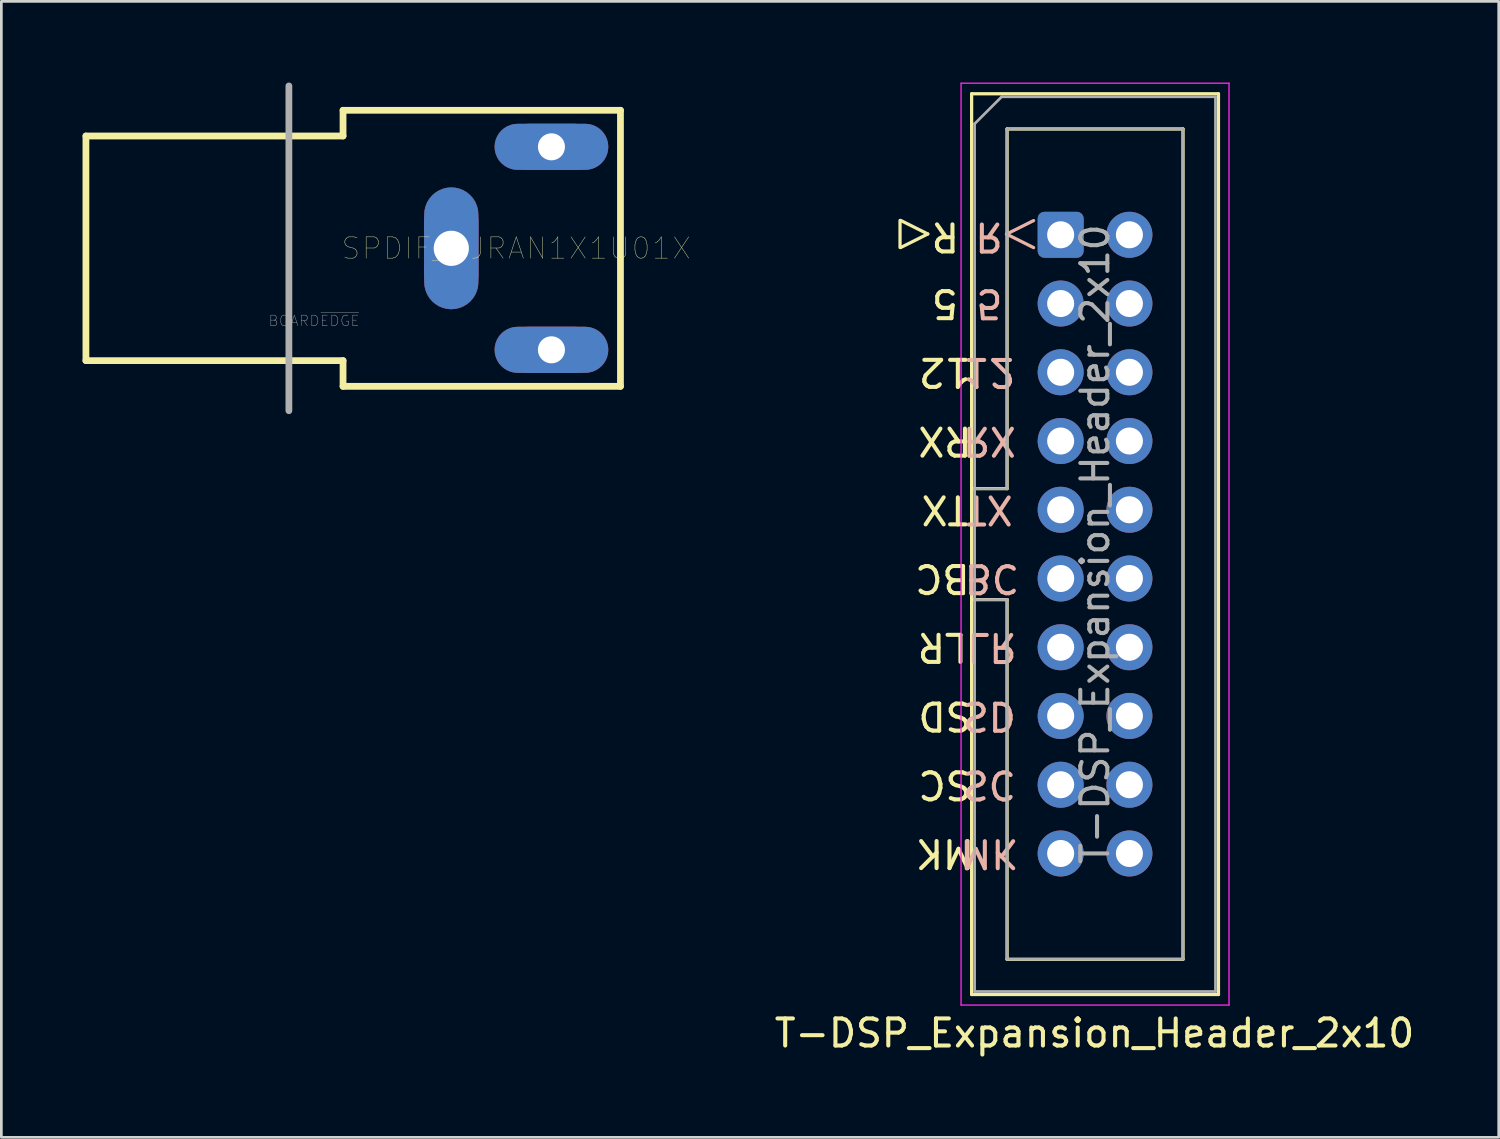
<source format=kicad_pcb>
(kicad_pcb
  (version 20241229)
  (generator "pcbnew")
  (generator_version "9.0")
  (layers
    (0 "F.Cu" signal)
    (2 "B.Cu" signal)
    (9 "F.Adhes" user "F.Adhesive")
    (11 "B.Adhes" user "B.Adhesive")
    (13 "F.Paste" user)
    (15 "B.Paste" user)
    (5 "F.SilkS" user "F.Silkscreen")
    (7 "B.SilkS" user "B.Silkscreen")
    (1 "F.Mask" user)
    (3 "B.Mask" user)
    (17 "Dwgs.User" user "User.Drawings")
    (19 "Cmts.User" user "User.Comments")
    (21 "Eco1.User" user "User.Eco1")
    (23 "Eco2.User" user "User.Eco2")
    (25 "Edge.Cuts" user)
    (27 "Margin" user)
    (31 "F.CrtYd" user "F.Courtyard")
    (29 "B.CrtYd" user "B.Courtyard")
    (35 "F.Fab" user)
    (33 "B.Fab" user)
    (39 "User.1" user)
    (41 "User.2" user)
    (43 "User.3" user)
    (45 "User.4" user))
  (footprint "SPDIF_PJRAN1X1U01X"
    (layer "F.Cu")
    (at 16.025 6.125)
    (property "Reference" "SPDIF_PJRAN1X1U01X" (at 0 0 0) (layer "F.SilkS") (effects (font (size 0.787 0.787) (thickness 0.015))))
    (attr through_hole)
    (fp_poly (pts (xy -1.401 -1.25) (xy -1.413 -1.406) (xy -1.45 -1.559) (xy -1.51 -1.704) (xy -1.592 -1.837) (xy -1.694 -1.956) (xy -1.813 -2.058) (xy -1.946 -2.14) (xy -2.091 -2.2) (xy -2.244 -2.237) (xy -2.4 -2.249) (xy -2.556 -2.237) (xy -2.709 -2.2) (xy -2.854 -2.14) (xy -2.987 -2.058) (xy -3.106 -1.956) (xy -3.208 -1.837) (xy -3.29 -1.704) (xy -3.35 -1.559) (xy -3.387 -1.406) (xy -3.399 -1.25) (xy -3.399 1.25) (xy -3.387 1.406) (xy -3.35 1.559) (xy -3.29 1.704) (xy -3.208 1.837) (xy -3.106 1.956) (xy -2.987 2.058) (xy -2.854 2.14) (xy -2.709 2.2) (xy -2.556 2.237) (xy -2.4 2.249) (xy -2.244 2.237) (xy -2.091 2.2) (xy -1.946 2.14) (xy -1.813 2.058) (xy -1.694 1.956) (xy -1.592 1.837) (xy -1.51 1.704) (xy -1.45 1.559) (xy -1.413 1.406) (xy -1.401 1.25)) (stroke (width 0.002) (type solid)) (fill yes) (layer "F.Cu"))
    (fp_poly (pts (xy 0.05 -4.599) (xy -0.083 -4.589) (xy -0.212 -4.557) (xy -0.335 -4.506) (xy -0.449 -4.437) (xy -0.55 -4.35) (xy -0.637 -4.249) (xy -0.706 -4.135) (xy -0.757 -4.012) (xy -0.789 -3.883) (xy -0.799 -3.75) (xy -0.789 -3.617) (xy -0.757 -3.488) (xy -0.706 -3.365) (xy -0.637 -3.251) (xy -0.55 -3.15) (xy -0.449 -3.063) (xy -0.335 -2.994) (xy -0.212 -2.943) (xy -0.083 -2.911) (xy 0.05 -2.901) (xy 2.55 -2.901) (xy 2.683 -2.911) (xy 2.812 -2.943) (xy 2.935 -2.994) (xy 3.049 -3.063) (xy 3.15 -3.15) (xy 3.237 -3.251) (xy 3.306 -3.365) (xy 3.357 -3.488) (xy 3.389 -3.617) (xy 3.399 -3.75) (xy 3.389 -3.883) (xy 3.357 -4.012) (xy 3.306 -4.135) (xy 3.237 -4.249) (xy 3.15 -4.35) (xy 3.049 -4.437) (xy 2.935 -4.506) (xy 2.812 -4.557) (xy 2.683 -4.589) (xy 2.55 -4.599)) (stroke (width 0.002) (type solid)) (fill yes) (layer "F.Cu"))
    (fp_poly (pts (xy 0.05 2.901) (xy -0.083 2.911) (xy -0.212 2.943) (xy -0.335 2.994) (xy -0.449 3.063) (xy -0.55 3.15) (xy -0.637 3.251) (xy -0.706 3.365) (xy -0.757 3.488) (xy -0.789 3.617) (xy -0.799 3.75) (xy -0.789 3.883) (xy -0.757 4.012) (xy -0.706 4.135) (xy -0.637 4.249) (xy -0.55 4.35) (xy -0.449 4.437) (xy -0.335 4.506) (xy -0.212 4.557) (xy -0.083 4.589) (xy 0.05 4.599) (xy 2.55 4.599) (xy 2.683 4.589) (xy 2.812 4.557) (xy 2.935 4.506) (xy 3.049 4.437) (xy 3.15 4.35) (xy 3.237 4.249) (xy 3.306 4.135) (xy 3.357 4.012) (xy 3.389 3.883) (xy 3.399 3.75) (xy 3.389 3.617) (xy 3.357 3.488) (xy 3.306 3.365) (xy 3.237 3.251) (xy 3.15 3.15) (xy 3.049 3.063) (xy 2.935 2.994) (xy 2.812 2.943) (xy 2.683 2.911) (xy 2.55 2.901)) (stroke (width 0.002) (type solid)) (fill yes) (layer "F.Cu"))
    (fp_poly (pts (xy -3.502 1.25) (xy -3.488 1.422) (xy -3.448 1.59) (xy -3.382 1.75) (xy -3.291 1.898) (xy -3.179 2.029) (xy -3.048 2.141) (xy -2.9 2.232) (xy -2.74 2.298) (xy -2.572 2.338) (xy -2.4 2.352) (xy -2.228 2.338) (xy -2.06 2.298) (xy -1.9 2.232) (xy -1.752 2.141) (xy -1.621 2.029) (xy -1.509 1.898) (xy -1.418 1.75) (xy -1.352 1.59) (xy -1.312 1.422) (xy -1.298 1.25) (xy -1.298 -1.25) (xy -1.312 -1.422) (xy -1.352 -1.59) (xy -1.418 -1.75) (xy -1.509 -1.898) (xy -1.621 -2.029) (xy -1.752 -2.141) (xy -1.9 -2.232) (xy -2.06 -2.298) (xy -2.228 -2.338) (xy -2.4 -2.352) (xy -2.572 -2.338) (xy -2.74 -2.298) (xy -2.9 -2.232) (xy -3.048 -2.141) (xy -3.179 -2.029) (xy -3.291 -1.898) (xy -3.382 -1.75) (xy -3.448 -1.59) (xy -3.488 -1.422) (xy -3.502 -1.25)) (stroke (width 0.002) (type solid)) (fill yes) (layer "F.Mask"))
    (fp_poly (pts (xy 0.05 -4.702) (xy -0.099 -4.69) (xy -0.244 -4.655) (xy -0.382 -4.598) (xy -0.509 -4.52) (xy -0.623 -4.423) (xy -0.72 -4.309) (xy -0.798 -4.182) (xy -0.855 -4.044) (xy -0.89 -3.899) (xy -0.902 -3.75) (xy -0.89 -3.601) (xy -0.855 -3.456) (xy -0.798 -3.318) (xy -0.72 -3.191) (xy -0.623 -3.077) (xy -0.509 -2.98) (xy -0.382 -2.902) (xy -0.244 -2.845) (xy -0.099 -2.81) (xy 0.05 -2.798) (xy 2.55 -2.798) (xy 2.699 -2.81) (xy 2.844 -2.845) (xy 2.982 -2.902) (xy 3.109 -2.98) (xy 3.223 -3.077) (xy 3.32 -3.191) (xy 3.398 -3.318) (xy 3.455 -3.456) (xy 3.49 -3.601) (xy 3.502 -3.75) (xy 3.49 -3.899) (xy 3.455 -4.044) (xy 3.398 -4.182) (xy 3.32 -4.309) (xy 3.223 -4.423) (xy 3.109 -4.52) (xy 2.982 -4.598) (xy 2.844 -4.655) (xy 2.699 -4.69) (xy 2.55 -4.702)) (stroke (width 0.002) (type solid)) (fill yes) (layer "F.Mask"))
    (fp_poly (pts (xy 0.05 2.798) (xy -0.099 2.81) (xy -0.244 2.845) (xy -0.382 2.902) (xy -0.509 2.98) (xy -0.623 3.077) (xy -0.72 3.191) (xy -0.798 3.318) (xy -0.855 3.456) (xy -0.89 3.601) (xy -0.902 3.75) (xy -0.89 3.899) (xy -0.855 4.044) (xy -0.798 4.182) (xy -0.72 4.309) (xy -0.623 4.423) (xy -0.509 4.52) (xy -0.382 4.598) (xy -0.244 4.655) (xy -0.099 4.69) (xy 0.05 4.702) (xy 2.55 4.702) (xy 2.699 4.69) (xy 2.844 4.655) (xy 2.982 4.598) (xy 3.109 4.52) (xy 3.223 4.423) (xy 3.32 4.309) (xy 3.398 4.182) (xy 3.455 4.044) (xy 3.49 3.899) (xy 3.502 3.75) (xy 3.49 3.601) (xy 3.455 3.456) (xy 3.398 3.318) (xy 3.32 3.191) (xy 3.223 3.077) (xy 3.109 2.98) (xy 2.982 2.902) (xy 2.844 2.845) (xy 2.699 2.81) (xy 2.55 2.798)) (stroke (width 0.002) (type solid)) (fill yes) (layer "F.Mask"))
    (fp_poly (pts (xy -1.401 -1.25) (xy -1.413 -1.406) (xy -1.45 -1.559) (xy -1.51 -1.704) (xy -1.592 -1.837) (xy -1.694 -1.956) (xy -1.813 -2.058) (xy -1.946 -2.14) (xy -2.091 -2.2) (xy -2.244 -2.237) (xy -2.4 -2.249) (xy -2.556 -2.237) (xy -2.709 -2.2) (xy -2.854 -2.14) (xy -2.987 -2.058) (xy -3.106 -1.956) (xy -3.208 -1.837) (xy -3.29 -1.704) (xy -3.35 -1.559) (xy -3.387 -1.406) (xy -3.399 -1.25) (xy -3.399 1.25) (xy -3.387 1.406) (xy -3.35 1.559) (xy -3.29 1.704) (xy -3.208 1.837) (xy -3.106 1.956) (xy -2.987 2.058) (xy -2.854 2.14) (xy -2.709 2.2) (xy -2.556 2.237) (xy -2.4 2.249) (xy -2.244 2.237) (xy -2.091 2.2) (xy -1.946 2.14) (xy -1.813 2.058) (xy -1.694 1.956) (xy -1.592 1.837) (xy -1.51 1.704) (xy -1.45 1.559) (xy -1.413 1.406) (xy -1.401 1.25)) (stroke (width 0.002) (type solid)) (fill yes) (layer "B.Cu"))
    (fp_poly (pts (xy 0.05 -4.599) (xy -0.083 -4.589) (xy -0.212 -4.557) (xy -0.335 -4.506) (xy -0.449 -4.437) (xy -0.55 -4.35) (xy -0.637 -4.249) (xy -0.706 -4.135) (xy -0.757 -4.012) (xy -0.789 -3.883) (xy -0.799 -3.75) (xy -0.789 -3.617) (xy -0.757 -3.488) (xy -0.706 -3.365) (xy -0.637 -3.251) (xy -0.55 -3.15) (xy -0.449 -3.063) (xy -0.335 -2.994) (xy -0.212 -2.943) (xy -0.083 -2.911) (xy 0.05 -2.901) (xy 2.55 -2.901) (xy 2.683 -2.911) (xy 2.812 -2.943) (xy 2.935 -2.994) (xy 3.049 -3.063) (xy 3.15 -3.15) (xy 3.237 -3.251) (xy 3.306 -3.365) (xy 3.357 -3.488) (xy 3.389 -3.617) (xy 3.399 -3.75) (xy 3.389 -3.883) (xy 3.357 -4.012) (xy 3.306 -4.135) (xy 3.237 -4.249) (xy 3.15 -4.35) (xy 3.049 -4.437) (xy 2.935 -4.506) (xy 2.812 -4.557) (xy 2.683 -4.589) (xy 2.55 -4.599)) (stroke (width 0.002) (type solid)) (fill yes) (layer "B.Cu"))
    (fp_poly (pts (xy 0.05 2.901) (xy -0.083 2.911) (xy -0.212 2.943) (xy -0.335 2.994) (xy -0.449 3.063) (xy -0.55 3.15) (xy -0.637 3.251) (xy -0.706 3.365) (xy -0.757 3.488) (xy -0.789 3.617) (xy -0.799 3.75) (xy -0.789 3.883) (xy -0.757 4.012) (xy -0.706 4.135) (xy -0.637 4.249) (xy -0.55 4.35) (xy -0.449 4.437) (xy -0.335 4.506) (xy -0.212 4.557) (xy -0.083 4.589) (xy 0.05 4.599) (xy 2.55 4.599) (xy 2.683 4.589) (xy 2.812 4.557) (xy 2.935 4.506) (xy 3.049 4.437) (xy 3.15 4.35) (xy 3.237 4.249) (xy 3.306 4.135) (xy 3.357 4.012) (xy 3.389 3.883) (xy 3.399 3.75) (xy 3.389 3.617) (xy 3.357 3.488) (xy 3.306 3.365) (xy 3.237 3.251) (xy 3.15 3.15) (xy 3.049 3.063) (xy 2.935 2.994) (xy 2.812 2.943) (xy 2.683 2.911) (xy 2.55 2.901)) (stroke (width 0.002) (type solid)) (fill yes) (layer "B.Cu"))
    (fp_poly (pts (xy -3.502 1.25) (xy -3.488 1.422) (xy -3.448 1.59) (xy -3.382 1.75) (xy -3.291 1.898) (xy -3.179 2.029) (xy -3.048 2.141) (xy -2.9 2.232) (xy -2.74 2.298) (xy -2.572 2.338) (xy -2.4 2.352) (xy -2.228 2.338) (xy -2.06 2.298) (xy -1.9 2.232) (xy -1.752 2.141) (xy -1.621 2.029) (xy -1.509 1.898) (xy -1.418 1.75) (xy -1.352 1.59) (xy -1.312 1.422) (xy -1.298 1.25) (xy -1.298 -1.25) (xy -1.312 -1.422) (xy -1.352 -1.59) (xy -1.418 -1.75) (xy -1.509 -1.898) (xy -1.621 -2.029) (xy -1.752 -2.141) (xy -1.9 -2.232) (xy -2.06 -2.298) (xy -2.228 -2.338) (xy -2.4 -2.352) (xy -2.572 -2.338) (xy -2.74 -2.298) (xy -2.9 -2.232) (xy -3.048 -2.141) (xy -3.179 -2.029) (xy -3.291 -1.898) (xy -3.382 -1.75) (xy -3.448 -1.59) (xy -3.488 -1.422) (xy -3.502 -1.25)) (stroke (width 0.002) (type solid)) (fill yes) (layer "B.Mask"))
    (fp_poly (pts (xy 0.05 -4.702) (xy -0.099 -4.69) (xy -0.244 -4.655) (xy -0.382 -4.598) (xy -0.509 -4.52) (xy -0.623 -4.423) (xy -0.72 -4.309) (xy -0.798 -4.182) (xy -0.855 -4.044) (xy -0.89 -3.899) (xy -0.902 -3.75) (xy -0.89 -3.601) (xy -0.855 -3.456) (xy -0.798 -3.318) (xy -0.72 -3.191) (xy -0.623 -3.077) (xy -0.509 -2.98) (xy -0.382 -2.902) (xy -0.244 -2.845) (xy -0.099 -2.81) (xy 0.05 -2.798) (xy 2.55 -2.798) (xy 2.699 -2.81) (xy 2.844 -2.845) (xy 2.982 -2.902) (xy 3.109 -2.98) (xy 3.223 -3.077) (xy 3.32 -3.191) (xy 3.398 -3.318) (xy 3.455 -3.456) (xy 3.49 -3.601) (xy 3.502 -3.75) (xy 3.49 -3.899) (xy 3.455 -4.044) (xy 3.398 -4.182) (xy 3.32 -4.309) (xy 3.223 -4.423) (xy 3.109 -4.52) (xy 2.982 -4.598) (xy 2.844 -4.655) (xy 2.699 -4.69) (xy 2.55 -4.702)) (stroke (width 0.002) (type solid)) (fill yes) (layer "B.Mask"))
    (fp_poly (pts (xy 0.05 2.798) (xy -0.099 2.81) (xy -0.244 2.845) (xy -0.382 2.902) (xy -0.509 2.98) (xy -0.623 3.077) (xy -0.72 3.191) (xy -0.798 3.318) (xy -0.855 3.456) (xy -0.89 3.601) (xy -0.902 3.75) (xy -0.89 3.899) (xy -0.855 4.044) (xy -0.798 4.182) (xy -0.72 4.309) (xy -0.623 4.423) (xy -0.509 4.52) (xy -0.382 4.598) (xy -0.244 4.655) (xy -0.099 4.69) (xy 0.05 4.702) (xy 2.55 4.702) (xy 2.699 4.69) (xy 2.844 4.655) (xy 2.982 4.598) (xy 3.109 4.52) (xy 3.223 4.423) (xy 3.32 4.309) (xy 3.398 4.182) (xy 3.455 4.044) (xy 3.49 3.899) (xy 3.502 3.75) (xy 3.49 3.601) (xy 3.455 3.456) (xy 3.398 3.318) (xy 3.32 3.191) (xy 3.223 3.077) (xy 3.109 2.98) (xy 2.982 2.902) (xy 2.844 2.845) (xy 2.699 2.81) (xy 2.55 2.798)) (stroke (width 0.002) (type solid)) (fill yes) (layer "B.Mask"))
    (fp_line (start -15.9 -4.15) (end -6.4 -4.15) (stroke (width 0.25) (type solid)) (layer "F.SilkS"))
    (fp_line (start -15.9 4.15) (end -15.9 -4.15) (stroke (width 0.25) (type solid)) (layer "F.SilkS"))
    (fp_line (start -6.4 -5.1) (end 3.85 -5.1) (stroke (width 0.25) (type solid)) (layer "F.SilkS"))
    (fp_line (start -6.4 -4.15) (end -6.4 -5.1) (stroke (width 0.25) (type solid)) (layer "F.SilkS"))
    (fp_line (start -6.4 4.15) (end -15.9 4.15) (stroke (width 0.25) (type solid)) (layer "F.SilkS"))
    (fp_line (start -6.4 5.1) (end -6.4 4.15) (stroke (width 0.25) (type solid)) (layer "F.SilkS"))
    (fp_line (start 3.85 -5.1) (end 3.85 5.1) (stroke (width 0.25) (type solid)) (layer "F.SilkS"))
    (fp_line (start 3.85 5.1) (end -6.4 5.1) (stroke (width 0.25) (type solid)) (layer "F.SilkS"))
    (fp_line (start -8.401 -6) (end -8.401 6) (stroke (width 0.25) (type solid)) (layer "F.Fab"))
    (fp_text user "BOARD~{EDGE}" (at -7.47 2.678 0) (layer "F.Fab") (effects (font (size 0.388 0.388) (thickness 0.015))))
    (pad "1" thru_hole oval (at -2.4 0) (size 2 4) (drill 1.3) (layers "*.Cu"))
    (pad "2" thru_hole oval (at 1.3 -3.75) (size 3.4 1.7) (drill 1) (layers "*.Cu"))
    (pad "3" thru_hole oval (at 1.3 3.75) (size 3.4 1.7) (drill 1) (layers "*.Cu")))
  (footprint "T-DSP_Expansion_Header_2x10"
    (layer "F.Cu")
    (at 36.14 5.625)
    (property "Reference" "T-DSP_Expansion_Header_2x10" (at 1.25 29.5 0) (layer "F.SilkS") (effects (font (size 1 1) (thickness 0.15))))
    (attr through_hole)
    (fp_line (start -5.935 -0.53) (end -5.935 0.47) (stroke (width 0.12) (type solid)) (layer "F.SilkS"))
    (fp_line (start -5.91 0.47) (end -4.91 -0.03) (stroke (width 0.12) (type solid)) (layer "F.SilkS"))
    (fp_line (start -4.91 -0.03) (end -5.91 -0.53) (stroke (width 0.12) (type solid)) (layer "F.SilkS"))
    (fp_line (start -3.29 -5.21) (end 5.83 -5.21) (stroke (width 0.12) (type solid)) (layer "F.SilkS"))
    (fp_line (start -3.29 9.38) (end -1.98 9.38) (stroke (width 0.12) (type solid)) (layer "F.SilkS"))
    (fp_line (start -3.29 28.07) (end -3.29 -5.21) (stroke (width 0.12) (type solid)) (layer "F.SilkS"))
    (fp_line (start -1.98 -3.91) (end 4.52 -3.91) (stroke (width 0.12) (type solid)) (layer "F.SilkS"))
    (fp_line (start -1.98 9.38) (end -1.98 -3.91) (stroke (width 0.12) (type solid)) (layer "F.SilkS"))
    (fp_line (start -1.98 13.48) (end -3.29 13.48) (stroke (width 0.12) (type solid)) (layer "F.SilkS"))
    (fp_line (start -1.98 13.48) (end -1.98 13.48) (stroke (width 0.12) (type solid)) (layer "F.SilkS"))
    (fp_line (start -1.98 26.77) (end -1.98 13.48) (stroke (width 0.12) (type solid)) (layer "F.SilkS"))
    (fp_line (start 4.52 -3.91) (end 4.52 26.77) (stroke (width 0.12) (type solid)) (layer "F.SilkS"))
    (fp_line (start 4.52 26.77) (end -1.98 26.77) (stroke (width 0.12) (type solid)) (layer "F.SilkS"))
    (fp_line (start 5.83 -5.21) (end 5.83 28.07) (stroke (width 0.12) (type solid)) (layer "F.SilkS"))
    (fp_line (start 5.83 28.07) (end -3.29 28.07) (stroke (width 0.12) (type solid)) (layer "F.SilkS"))
    (fp_line (start -2 -0.025) (end -1 -0.525) (stroke (width 0.12) (type solid)) (layer "B.SilkS"))
    (fp_line (start -1 0.475) (end -2 -0.025) (stroke (width 0.12) (type solid)) (layer "B.SilkS"))
    (fp_line (start -3.68 -5.6) (end -3.68 28.46) (stroke (width 0.05) (type solid)) (layer "F.CrtYd"))
    (fp_line (start -3.68 28.46) (end 6.22 28.46) (stroke (width 0.05) (type solid)) (layer "F.CrtYd"))
    (fp_line (start 6.22 -5.6) (end -3.68 -5.6) (stroke (width 0.05) (type solid)) (layer "F.CrtYd"))
    (fp_line (start 6.22 28.46) (end 6.22 -5.6) (stroke (width 0.05) (type solid)) (layer "F.CrtYd"))
    (fp_line (start -3.18 -4.1) (end -2.18 -5.1) (stroke (width 0.1) (type solid)) (layer "F.Fab"))
    (fp_line (start -3.18 9.38) (end -1.98 9.38) (stroke (width 0.1) (type solid)) (layer "F.Fab"))
    (fp_line (start -3.18 27.96) (end -3.18 -4.1) (stroke (width 0.1) (type solid)) (layer "F.Fab"))
    (fp_line (start -2.18 -5.1) (end 5.72 -5.1) (stroke (width 0.1) (type solid)) (layer "F.Fab"))
    (fp_line (start -1.98 -3.91) (end 4.52 -3.91) (stroke (width 0.1) (type solid)) (layer "F.Fab"))
    (fp_line (start -1.98 9.38) (end -1.98 -3.91) (stroke (width 0.1) (type solid)) (layer "F.Fab"))
    (fp_line (start -1.98 13.48) (end -3.18 13.48) (stroke (width 0.1) (type solid)) (layer "F.Fab"))
    (fp_line (start -1.98 13.48) (end -1.98 13.48) (stroke (width 0.1) (type solid)) (layer "F.Fab"))
    (fp_line (start -1.98 26.77) (end -1.98 13.48) (stroke (width 0.1) (type solid)) (layer "F.Fab"))
    (fp_line (start 4.52 -3.91) (end 4.52 26.77) (stroke (width 0.1) (type solid)) (layer "F.Fab"))
    (fp_line (start 4.52 26.77) (end -1.98 26.77) (stroke (width 0.1) (type solid)) (layer "F.Fab"))
    (fp_line (start 5.72 -5.1) (end 5.72 27.96) (stroke (width 0.1) (type solid)) (layer "F.Fab"))
    (fp_line (start 5.72 27.96) (end -3.18 27.96) (stroke (width 0.1) (type solid)) (layer "F.Fab"))
    (fp_text user "RX" (at -4.275 7.615 180) (unlocked yes) (layer "F.SilkS") (effects (font (size 1 1) (thickness 0.15))))
    (fp_text user "12" (at -4.275 5.075 180) (unlocked yes) (layer "F.SilkS") (effects (font (size 1 1) (thickness 0.15))))
    (fp_text user "MK" (at -4.275 22.855 180) (unlocked yes) (layer "F.SilkS") (effects (font (size 1 1) (thickness 0.15))))
    (fp_text user "BC" (at -4.37 12.695 180) (unlocked yes) (layer "F.SilkS") (effects (font (size 1 1) (thickness 0.15))))
    (fp_text user "5" (at -4.275 2.535 180) (unlocked yes) (layer "F.SilkS") (effects (font (size 1 1) (thickness 0.15))))
    (fp_text user "R" (at -4.26 0.07 180) (unlocked yes) (layer "F.SilkS") (effects (font (size 1 1) (thickness 0.15))))
    (fp_text user "SD" (at -4.275 17.775 180) (unlocked yes) (layer "F.SilkS") (effects (font (size 1 1) (thickness 0.15))))
    (fp_text user "TX" (at -4.275 10.155 180) (unlocked yes) (layer "F.SilkS") (effects (font (size 1 1) (thickness 0.15))))
    (fp_text user "LR" (at -4.37 15.235 180) (unlocked yes) (layer "F.SilkS") (effects (font (size 1 1) (thickness 0.15))))
    (fp_text user "SC" (at -4.275 20.315 180) (unlocked yes) (layer "F.SilkS") (effects (font (size 1 1) (thickness 0.15))))
    (fp_text user "TX" (at -2.635 10.16 180) (unlocked yes) (layer "B.SilkS") (effects (font (size 1 1) (thickness 0.15)) (justify mirror)))
    (fp_text user "MK" (at -2.635 22.86 180) (unlocked yes) (layer "B.SilkS") (effects (font (size 1 1) (thickness 0.15)) (justify mirror)))
    (fp_text user "BC" (at -2.54 12.7 180) (unlocked yes) (layer "B.SilkS") (effects (font (size 1 1) (thickness 0.15)) (justify mirror)))
    (fp_text user "RX" (at -2.635 7.62 180) (unlocked yes) (layer "B.SilkS") (effects (font (size 1 1) (thickness 0.15)) (justify mirror)))
    (fp_text user "LR" (at -2.54 15.24 180) (unlocked yes) (layer "B.SilkS") (effects (font (size 1 1) (thickness 0.15)) (justify mirror)))
    (fp_text user "SC" (at -2.635 20.32 180) (unlocked yes) (layer "B.SilkS") (effects (font (size 1 1) (thickness 0.15)) (justify mirror)))
    (fp_text user "SD" (at -2.635 17.78 180) (unlocked yes) (layer "B.SilkS") (effects (font (size 1 1) (thickness 0.15)) (justify mirror)))
    (fp_text user "12" (at -2.635 5.08 180) (unlocked yes) (layer "B.SilkS") (effects (font (size 1 1) (thickness 0.15)) (justify mirror)))
    (fp_text user "5" (at -2.635 2.54 180) (unlocked yes) (layer "B.SilkS") (effects (font (size 1 1) (thickness 0.15)) (justify mirror)))
    (fp_text user "R" (at -2.65 0.075 180) (unlocked yes) (layer "B.SilkS") (effects (font (size 1 1) (thickness 0.15)) (justify mirror)))
    (fp_text user "${REFERENCE}" (at 1.27 11.43 270) (layer "F.Fab") (effects (font (size 1 1) (thickness 0.15))))
    (pad "1" thru_hole roundrect (at 0 0) (size 1.7 1.7) (drill 1) (layers "*.Cu" "*.Mask") (roundrect_rratio 0.147))
    (pad "2" thru_hole circle (at 2.54 0) (size 1.7 1.7) (drill 1) (layers "*.Cu" "*.Mask"))
    (pad "3" thru_hole circle (at 0 2.54) (size 1.7 1.7) (drill 1) (layers "*.Cu" "*.Mask"))
    (pad "4" thru_hole circle (at 2.54 2.54) (size 1.7 1.7) (drill 1) (layers "*.Cu" "*.Mask"))
    (pad "5" thru_hole circle (at 0 5.08) (size 1.7 1.7) (drill 1) (layers "*.Cu" "*.Mask"))
    (pad "6" thru_hole circle (at 2.54 5.08) (size 1.7 1.7) (drill 1) (layers "*.Cu" "*.Mask"))
    (pad "7" thru_hole circle (at 0 7.62) (size 1.7 1.7) (drill 1) (layers "*.Cu" "*.Mask"))
    (pad "8" thru_hole circle (at 2.54 7.62) (size 1.7 1.7) (drill 1) (layers "*.Cu" "*.Mask"))
    (pad "9" thru_hole circle (at 0 10.16) (size 1.7 1.7) (drill 1) (layers "*.Cu" "*.Mask"))
    (pad "10" thru_hole circle (at 2.54 10.16) (size 1.7 1.7) (drill 1) (layers "*.Cu" "*.Mask"))
    (pad "11" thru_hole circle (at 0 12.7) (size 1.7 1.7) (drill 1) (layers "*.Cu" "*.Mask"))
    (pad "12" thru_hole circle (at 2.54 12.7) (size 1.7 1.7) (drill 1) (layers "*.Cu" "*.Mask"))
    (pad "13" thru_hole circle (at 0 15.24) (size 1.7 1.7) (drill 1) (layers "*.Cu" "*.Mask"))
    (pad "14" thru_hole circle (at 2.54 15.24) (size 1.7 1.7) (drill 1) (layers "*.Cu" "*.Mask"))
    (pad "15" thru_hole circle (at 0 17.78) (size 1.7 1.7) (drill 1) (layers "*.Cu" "*.Mask"))
    (pad "16" thru_hole circle (at 2.54 17.78) (size 1.7 1.7) (drill 1) (layers "*.Cu" "*.Mask"))
    (pad "17" thru_hole circle (at 0 20.32) (size 1.7 1.7) (drill 1) (layers "*.Cu" "*.Mask"))
    (pad "18" thru_hole circle (at 2.54 20.32) (size 1.7 1.7) (drill 1) (layers "*.Cu" "*.Mask"))
    (pad "19" thru_hole circle (at 0 22.86) (size 1.7 1.7) (drill 1) (layers "*.Cu" "*.Mask"))
    (pad "20" thru_hole circle (at 2.54 22.86) (size 1.7 1.7) (drill 1) (layers "*.Cu" "*.Mask")))
  (gr_rect
    (start -3 -3)
    (end 52.325 38.973)
    (stroke (width 0.1) (type default))
    (fill no)
    (layer "Edge.Cuts")))
</source>
